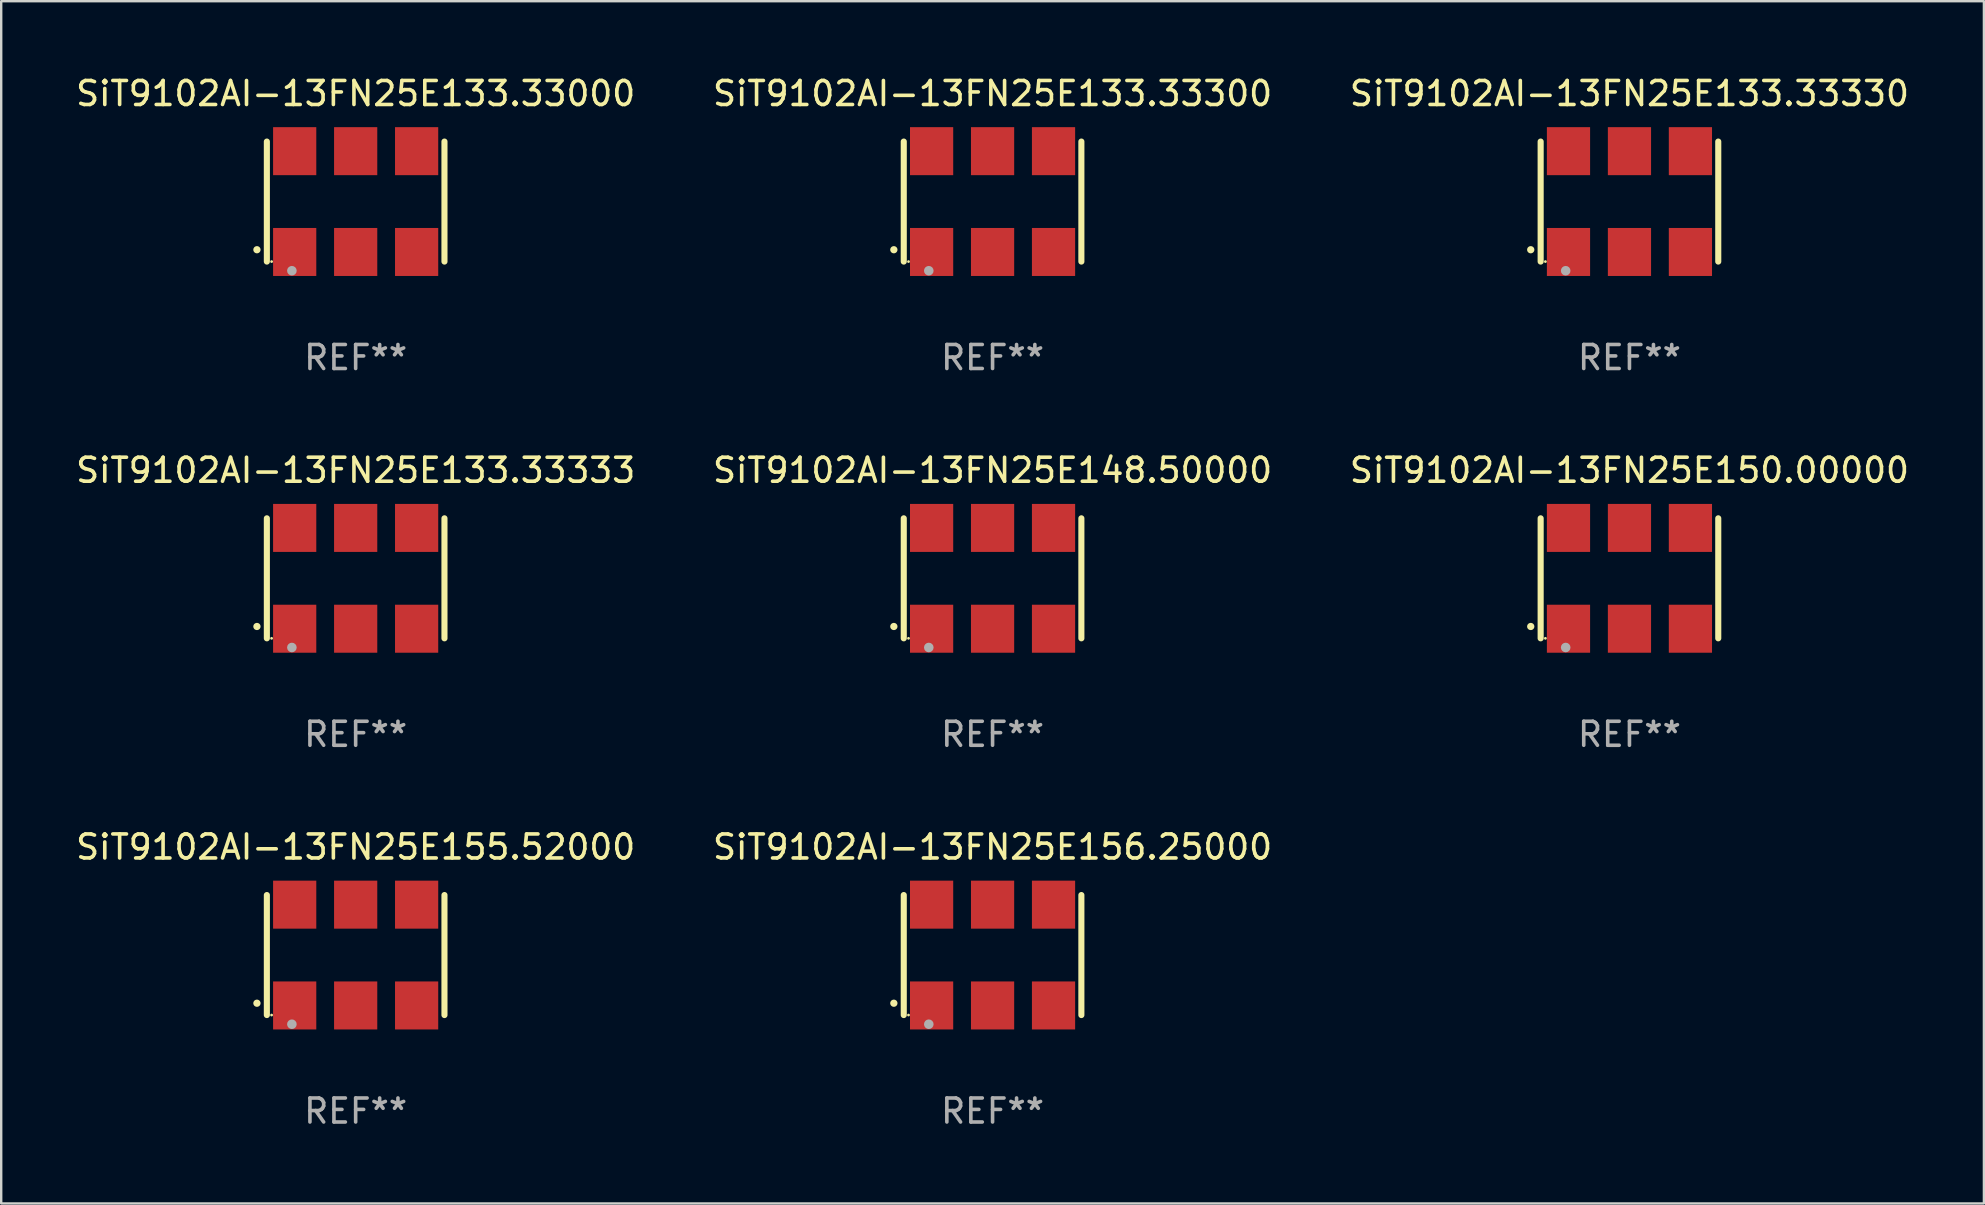
<source format=kicad_pcb>
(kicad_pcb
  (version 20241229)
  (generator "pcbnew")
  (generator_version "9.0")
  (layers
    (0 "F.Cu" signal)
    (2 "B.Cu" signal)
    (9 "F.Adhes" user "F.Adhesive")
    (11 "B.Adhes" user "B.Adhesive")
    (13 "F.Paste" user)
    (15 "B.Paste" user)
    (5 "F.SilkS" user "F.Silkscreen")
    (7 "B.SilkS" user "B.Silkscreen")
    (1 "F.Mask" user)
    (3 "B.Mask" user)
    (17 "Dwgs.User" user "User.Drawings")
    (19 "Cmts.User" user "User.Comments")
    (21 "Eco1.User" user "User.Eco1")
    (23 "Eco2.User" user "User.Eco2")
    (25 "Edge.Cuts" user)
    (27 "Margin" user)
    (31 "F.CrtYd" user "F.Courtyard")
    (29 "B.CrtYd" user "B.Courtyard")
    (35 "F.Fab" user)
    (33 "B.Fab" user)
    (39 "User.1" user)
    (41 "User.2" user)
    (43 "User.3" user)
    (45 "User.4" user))
  (footprint "SiT9102AI-13FN25E156.25000"
    (layer "F.Cu")
    (at 38.304 36.741)
    (property "Reference" "SiT9102AI-13FN25E156.25000" (at 0 -4.5 0) (layer "F.SilkS") (effects (font (size 1 1) (thickness 0.15))))
    (attr through_hole)
    (fp_line (start -3.7 -2.5) (end -3.7 2.5) (stroke (width 0.254) (type solid)) (layer "F.SilkS"))
    (fp_line (start 3.7 -2.5) (end 3.7 2.5) (stroke (width 0.254) (type solid)) (layer "F.SilkS"))
    (fp_arc (start -4.114415 2.006604) (mid -4.113145 2.006599) (end -4.111875 2.006604) (stroke (width 0.3) (type solid)) (layer "F.SilkS"))
    (fp_circle (center -3.502 2.5) (end -3.472 2.5) (stroke (width 0.06) (type solid)) (fill no) (layer "F.SilkS"))
    (fp_circle (center -2.657 2.882) (end -2.557 2.882) (stroke (width 0.2) (type solid)) (fill no) (layer "F.Fab"))
    (fp_text user "REF**" (at 0 6.5 0) (layer "F.Fab") (effects (font (size 1 1) (thickness 0.15))))
    (pad "1" smd rect (at -2.54 2.1) (size 1.8 2) (layers "F.Cu" "F.Mask" "F.Paste"))
    (pad "2" smd rect (at 0.000394 2.1) (size 1.8 2) (layers "F.Cu" "F.Mask" "F.Paste"))
    (pad "3" smd rect (at 2.54 2.1) (size 1.8 2) (layers "F.Cu" "F.Mask" "F.Paste"))
    (pad "4" smd rect (at 2.54 -2.1) (size 1.8 2) (layers "F.Cu" "F.Mask" "F.Paste"))
    (pad "5" smd rect (at 0.000394 -2.1) (size 1.8 2) (layers "F.Cu" "F.Mask" "F.Paste"))
    (pad "6" smd rect (at -2.54 -2.1) (size 1.8 2) (layers "F.Cu" "F.Mask" "F.Paste")))
  (footprint "SiT9102AI-13FN25E155.52000"
    (layer "F.Cu")
    (at 11.768 36.741)
    (property "Reference" "SiT9102AI-13FN25E155.52000" (at 0 -4.5 0) (layer "F.SilkS") (effects (font (size 1 1) (thickness 0.15))))
    (attr through_hole)
    (fp_line (start -3.7 -2.5) (end -3.7 2.5) (stroke (width 0.254) (type solid)) (layer "F.SilkS"))
    (fp_line (start 3.7 -2.5) (end 3.7 2.5) (stroke (width 0.254) (type solid)) (layer "F.SilkS"))
    (fp_arc (start -4.114415 2.006604) (mid -4.113145 2.006599) (end -4.111875 2.006604) (stroke (width 0.3) (type solid)) (layer "F.SilkS"))
    (fp_circle (center -3.502 2.5) (end -3.472 2.5) (stroke (width 0.06) (type solid)) (fill no) (layer "F.SilkS"))
    (fp_circle (center -2.657 2.882) (end -2.557 2.882) (stroke (width 0.2) (type solid)) (fill no) (layer "F.Fab"))
    (fp_text user "REF**" (at 0 6.5 0) (layer "F.Fab") (effects (font (size 1 1) (thickness 0.15))))
    (pad "1" smd rect (at -2.54 2.1) (size 1.8 2) (layers "F.Cu" "F.Mask" "F.Paste"))
    (pad "2" smd rect (at 0.000394 2.1) (size 1.8 2) (layers "F.Cu" "F.Mask" "F.Paste"))
    (pad "3" smd rect (at 2.54 2.1) (size 1.8 2) (layers "F.Cu" "F.Mask" "F.Paste"))
    (pad "4" smd rect (at 2.54 -2.1) (size 1.8 2) (layers "F.Cu" "F.Mask" "F.Paste"))
    (pad "5" smd rect (at 0.000394 -2.1) (size 1.8 2) (layers "F.Cu" "F.Mask" "F.Paste"))
    (pad "6" smd rect (at -2.54 -2.1) (size 1.8 2) (layers "F.Cu" "F.Mask" "F.Paste")))
  (footprint "SiT9102AI-13FN25E133.33300"
    (layer "F.Cu")
    (at 38.304 5.348)
    (property "Reference" "SiT9102AI-13FN25E133.33300" (at 0 -4.5 0) (layer "F.SilkS") (effects (font (size 1 1) (thickness 0.15))))
    (attr through_hole)
    (fp_line (start -3.7 -2.5) (end -3.7 2.5) (stroke (width 0.254) (type solid)) (layer "F.SilkS"))
    (fp_line (start 3.7 -2.5) (end 3.7 2.5) (stroke (width 0.254) (type solid)) (layer "F.SilkS"))
    (fp_arc (start -4.114415 2.006604) (mid -4.113145 2.006599) (end -4.111875 2.006604) (stroke (width 0.3) (type solid)) (layer "F.SilkS"))
    (fp_circle (center -3.502 2.5) (end -3.472 2.5) (stroke (width 0.06) (type solid)) (fill no) (layer "F.SilkS"))
    (fp_circle (center -2.657 2.882) (end -2.557 2.882) (stroke (width 0.2) (type solid)) (fill no) (layer "F.Fab"))
    (fp_text user "REF**" (at 0 6.5 0) (layer "F.Fab") (effects (font (size 1 1) (thickness 0.15))))
    (pad "1" smd rect (at -2.54 2.1) (size 1.8 2) (layers "F.Cu" "F.Mask" "F.Paste"))
    (pad "2" smd rect (at 0.000394 2.1) (size 1.8 2) (layers "F.Cu" "F.Mask" "F.Paste"))
    (pad "3" smd rect (at 2.54 2.1) (size 1.8 2) (layers "F.Cu" "F.Mask" "F.Paste"))
    (pad "4" smd rect (at 2.54 -2.1) (size 1.8 2) (layers "F.Cu" "F.Mask" "F.Paste"))
    (pad "5" smd rect (at 0.000394 -2.1) (size 1.8 2) (layers "F.Cu" "F.Mask" "F.Paste"))
    (pad "6" smd rect (at -2.54 -2.1) (size 1.8 2) (layers "F.Cu" "F.Mask" "F.Paste")))
  (footprint "SiT9102AI-13FN25E150.00000"
    (layer "F.Cu")
    (at 64.839 21.045)
    (property "Reference" "SiT9102AI-13FN25E150.00000" (at 0 -4.5 0) (layer "F.SilkS") (effects (font (size 1 1) (thickness 0.15))))
    (attr through_hole)
    (fp_line (start -3.7 -2.5) (end -3.7 2.5) (stroke (width 0.254) (type solid)) (layer "F.SilkS"))
    (fp_line (start 3.7 -2.5) (end 3.7 2.5) (stroke (width 0.254) (type solid)) (layer "F.SilkS"))
    (fp_arc (start -4.114415 2.006604) (mid -4.113145 2.006599) (end -4.111875 2.006604) (stroke (width 0.3) (type solid)) (layer "F.SilkS"))
    (fp_circle (center -3.502 2.5) (end -3.472 2.5) (stroke (width 0.06) (type solid)) (fill no) (layer "F.SilkS"))
    (fp_circle (center -2.657 2.882) (end -2.557 2.882) (stroke (width 0.2) (type solid)) (fill no) (layer "F.Fab"))
    (fp_text user "REF**" (at 0 6.5 0) (layer "F.Fab") (effects (font (size 1 1) (thickness 0.15))))
    (pad "1" smd rect (at -2.54 2.1) (size 1.8 2) (layers "F.Cu" "F.Mask" "F.Paste"))
    (pad "2" smd rect (at 0.000394 2.1) (size 1.8 2) (layers "F.Cu" "F.Mask" "F.Paste"))
    (pad "3" smd rect (at 2.54 2.1) (size 1.8 2) (layers "F.Cu" "F.Mask" "F.Paste"))
    (pad "4" smd rect (at 2.54 -2.1) (size 1.8 2) (layers "F.Cu" "F.Mask" "F.Paste"))
    (pad "5" smd rect (at 0.000394 -2.1) (size 1.8 2) (layers "F.Cu" "F.Mask" "F.Paste"))
    (pad "6" smd rect (at -2.54 -2.1) (size 1.8 2) (layers "F.Cu" "F.Mask" "F.Paste")))
  (footprint "SiT9102AI-13FN25E133.33333"
    (layer "F.Cu")
    (at 11.768 21.045)
    (property "Reference" "SiT9102AI-13FN25E133.33333" (at 0 -4.5 0) (layer "F.SilkS") (effects (font (size 1 1) (thickness 0.15))))
    (attr through_hole)
    (fp_line (start -3.7 -2.5) (end -3.7 2.5) (stroke (width 0.254) (type solid)) (layer "F.SilkS"))
    (fp_line (start 3.7 -2.5) (end 3.7 2.5) (stroke (width 0.254) (type solid)) (layer "F.SilkS"))
    (fp_arc (start -4.114415 2.006604) (mid -4.113145 2.006599) (end -4.111875 2.006604) (stroke (width 0.3) (type solid)) (layer "F.SilkS"))
    (fp_circle (center -3.502 2.5) (end -3.472 2.5) (stroke (width 0.06) (type solid)) (fill no) (layer "F.SilkS"))
    (fp_circle (center -2.657 2.882) (end -2.557 2.882) (stroke (width 0.2) (type solid)) (fill no) (layer "F.Fab"))
    (fp_text user "REF**" (at 0 6.5 0) (layer "F.Fab") (effects (font (size 1 1) (thickness 0.15))))
    (pad "1" smd rect (at -2.54 2.1) (size 1.8 2) (layers "F.Cu" "F.Mask" "F.Paste"))
    (pad "2" smd rect (at 0.000394 2.1) (size 1.8 2) (layers "F.Cu" "F.Mask" "F.Paste"))
    (pad "3" smd rect (at 2.54 2.1) (size 1.8 2) (layers "F.Cu" "F.Mask" "F.Paste"))
    (pad "4" smd rect (at 2.54 -2.1) (size 1.8 2) (layers "F.Cu" "F.Mask" "F.Paste"))
    (pad "5" smd rect (at 0.000394 -2.1) (size 1.8 2) (layers "F.Cu" "F.Mask" "F.Paste"))
    (pad "6" smd rect (at -2.54 -2.1) (size 1.8 2) (layers "F.Cu" "F.Mask" "F.Paste")))
  (footprint "SiT9102AI-13FN25E133.33000"
    (layer "F.Cu")
    (at 11.768 5.348)
    (property "Reference" "SiT9102AI-13FN25E133.33000" (at 0 -4.5 0) (layer "F.SilkS") (effects (font (size 1 1) (thickness 0.15))))
    (attr through_hole)
    (fp_line (start -3.7 -2.5) (end -3.7 2.5) (stroke (width 0.254) (type solid)) (layer "F.SilkS"))
    (fp_line (start 3.7 -2.5) (end 3.7 2.5) (stroke (width 0.254) (type solid)) (layer "F.SilkS"))
    (fp_arc (start -4.114415 2.006604) (mid -4.113145 2.006599) (end -4.111875 2.006604) (stroke (width 0.3) (type solid)) (layer "F.SilkS"))
    (fp_circle (center -3.502 2.5) (end -3.472 2.5) (stroke (width 0.06) (type solid)) (fill no) (layer "F.SilkS"))
    (fp_circle (center -2.657 2.882) (end -2.557 2.882) (stroke (width 0.2) (type solid)) (fill no) (layer "F.Fab"))
    (fp_text user "REF**" (at 0 6.5 0) (layer "F.Fab") (effects (font (size 1 1) (thickness 0.15))))
    (pad "1" smd rect (at -2.54 2.1) (size 1.8 2) (layers "F.Cu" "F.Mask" "F.Paste"))
    (pad "2" smd rect (at 0.000394 2.1) (size 1.8 2) (layers "F.Cu" "F.Mask" "F.Paste"))
    (pad "3" smd rect (at 2.54 2.1) (size 1.8 2) (layers "F.Cu" "F.Mask" "F.Paste"))
    (pad "4" smd rect (at 2.54 -2.1) (size 1.8 2) (layers "F.Cu" "F.Mask" "F.Paste"))
    (pad "5" smd rect (at 0.000394 -2.1) (size 1.8 2) (layers "F.Cu" "F.Mask" "F.Paste"))
    (pad "6" smd rect (at -2.54 -2.1) (size 1.8 2) (layers "F.Cu" "F.Mask" "F.Paste")))
  (footprint "SiT9102AI-13FN25E148.50000"
    (layer "F.Cu")
    (at 38.304 21.045)
    (property "Reference" "SiT9102AI-13FN25E148.50000" (at 0 -4.5 0) (layer "F.SilkS") (effects (font (size 1 1) (thickness 0.15))))
    (attr through_hole)
    (fp_line (start -3.7 -2.5) (end -3.7 2.5) (stroke (width 0.254) (type solid)) (layer "F.SilkS"))
    (fp_line (start 3.7 -2.5) (end 3.7 2.5) (stroke (width 0.254) (type solid)) (layer "F.SilkS"))
    (fp_arc (start -4.114415 2.006604) (mid -4.113145 2.006599) (end -4.111875 2.006604) (stroke (width 0.3) (type solid)) (layer "F.SilkS"))
    (fp_circle (center -3.502 2.5) (end -3.472 2.5) (stroke (width 0.06) (type solid)) (fill no) (layer "F.SilkS"))
    (fp_circle (center -2.657 2.882) (end -2.557 2.882) (stroke (width 0.2) (type solid)) (fill no) (layer "F.Fab"))
    (fp_text user "REF**" (at 0 6.5 0) (layer "F.Fab") (effects (font (size 1 1) (thickness 0.15))))
    (pad "1" smd rect (at -2.54 2.1) (size 1.8 2) (layers "F.Cu" "F.Mask" "F.Paste"))
    (pad "2" smd rect (at 0.000394 2.1) (size 1.8 2) (layers "F.Cu" "F.Mask" "F.Paste"))
    (pad "3" smd rect (at 2.54 2.1) (size 1.8 2) (layers "F.Cu" "F.Mask" "F.Paste"))
    (pad "4" smd rect (at 2.54 -2.1) (size 1.8 2) (layers "F.Cu" "F.Mask" "F.Paste"))
    (pad "5" smd rect (at 0.000394 -2.1) (size 1.8 2) (layers "F.Cu" "F.Mask" "F.Paste"))
    (pad "6" smd rect (at -2.54 -2.1) (size 1.8 2) (layers "F.Cu" "F.Mask" "F.Paste")))
  (footprint "SiT9102AI-13FN25E133.33330"
    (layer "F.Cu")
    (at 64.839 5.348)
    (property "Reference" "SiT9102AI-13FN25E133.33330" (at 0 -4.5 0) (layer "F.SilkS") (effects (font (size 1 1) (thickness 0.15))))
    (attr through_hole)
    (fp_line (start -3.7 -2.5) (end -3.7 2.5) (stroke (width 0.254) (type solid)) (layer "F.SilkS"))
    (fp_line (start 3.7 -2.5) (end 3.7 2.5) (stroke (width 0.254) (type solid)) (layer "F.SilkS"))
    (fp_arc (start -4.114415 2.006604) (mid -4.113145 2.006599) (end -4.111875 2.006604) (stroke (width 0.3) (type solid)) (layer "F.SilkS"))
    (fp_circle (center -3.502 2.5) (end -3.472 2.5) (stroke (width 0.06) (type solid)) (fill no) (layer "F.SilkS"))
    (fp_circle (center -2.657 2.882) (end -2.557 2.882) (stroke (width 0.2) (type solid)) (fill no) (layer "F.Fab"))
    (fp_text user "REF**" (at 0 6.5 0) (layer "F.Fab") (effects (font (size 1 1) (thickness 0.15))))
    (pad "1" smd rect (at -2.54 2.1) (size 1.8 2) (layers "F.Cu" "F.Mask" "F.Paste"))
    (pad "2" smd rect (at 0.000394 2.1) (size 1.8 2) (layers "F.Cu" "F.Mask" "F.Paste"))
    (pad "3" smd rect (at 2.54 2.1) (size 1.8 2) (layers "F.Cu" "F.Mask" "F.Paste"))
    (pad "4" smd rect (at 2.54 -2.1) (size 1.8 2) (layers "F.Cu" "F.Mask" "F.Paste"))
    (pad "5" smd rect (at 0.000394 -2.1) (size 1.8 2) (layers "F.Cu" "F.Mask" "F.Paste"))
    (pad "6" smd rect (at -2.54 -2.1) (size 1.8 2) (layers "F.Cu" "F.Mask" "F.Paste")))
  (gr_rect
    (start -3 -3)
    (end 79.607 47.09)
    (stroke (width 0.1) (type default))
    (fill no)
    (layer "Edge.Cuts")))
</source>
